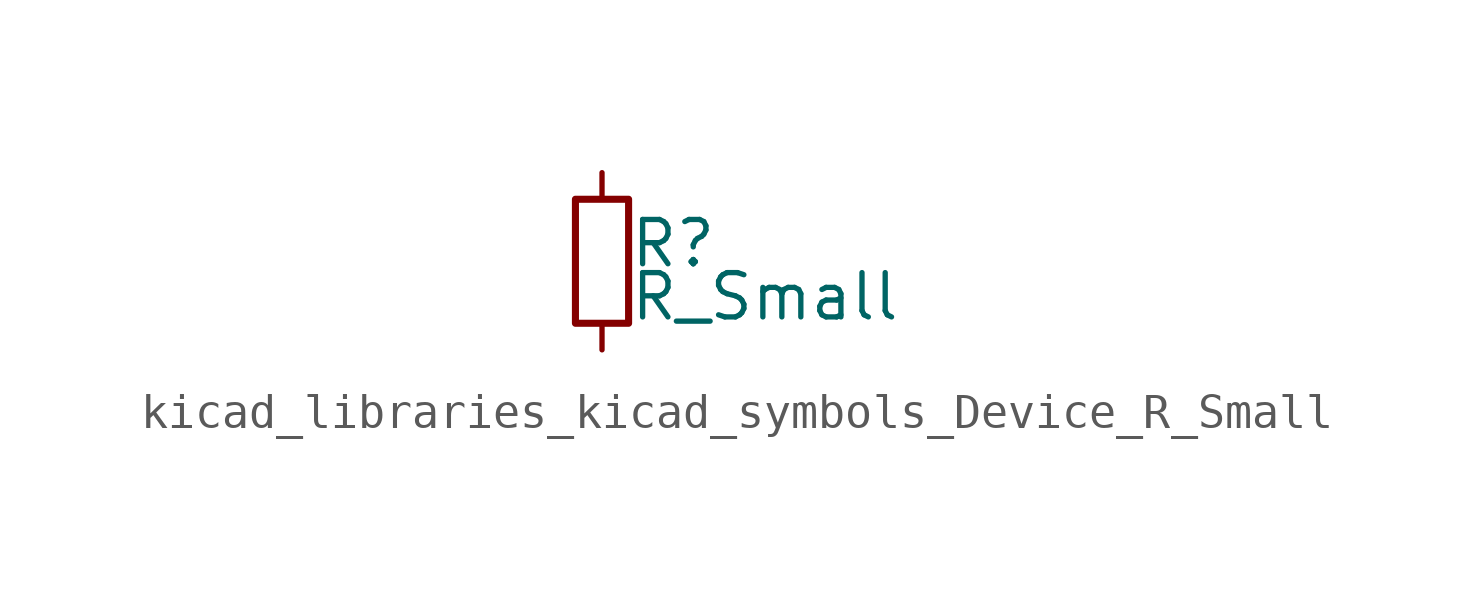
<source format=kicad_sym>
(kicad_symbol_lib
  (version 20220914)
  (generator kicad_symbol_editor)
  (symbol "kicad_libraries_kicad_symbols_Device_R_Small"
    (pin_numbers hide)
    (pin_names
      (offset 0.254) hide)
    (property "Reference" "R"
      (at 0.762 0.508 0)
      (effects (font (size 1.27 1.27)) (justify left)))
    (property "Value" "R_Small"
      (at 0.762 -1.016 0)
      (effects (font (size 1.27 1.27)) (justify left)))
    (symbol "kicad_libraries_kicad_symbols_Device_R_Small_0_1"
      (rectangle (start -0.762 1.778) (end 0.762 -1.778) (stroke (width 0.203) (type default)) (fill (type none))))
    (symbol "kicad_libraries_kicad_symbols_Device_R_Small_1_1"
      (pin passive line (at 0 2.54 270) (length 0.762) (name "~" (effects (font (size 1.27 1.27)))) (number "1" (effects (font (size 1.27 1.27)))))
      (pin passive line (at 0 -2.54 90) (length 0.762) (name "~" (effects (font (size 1.27 1.27)))) (number "2" (effects (font (size 1.27 1.27))))))))
</source>
